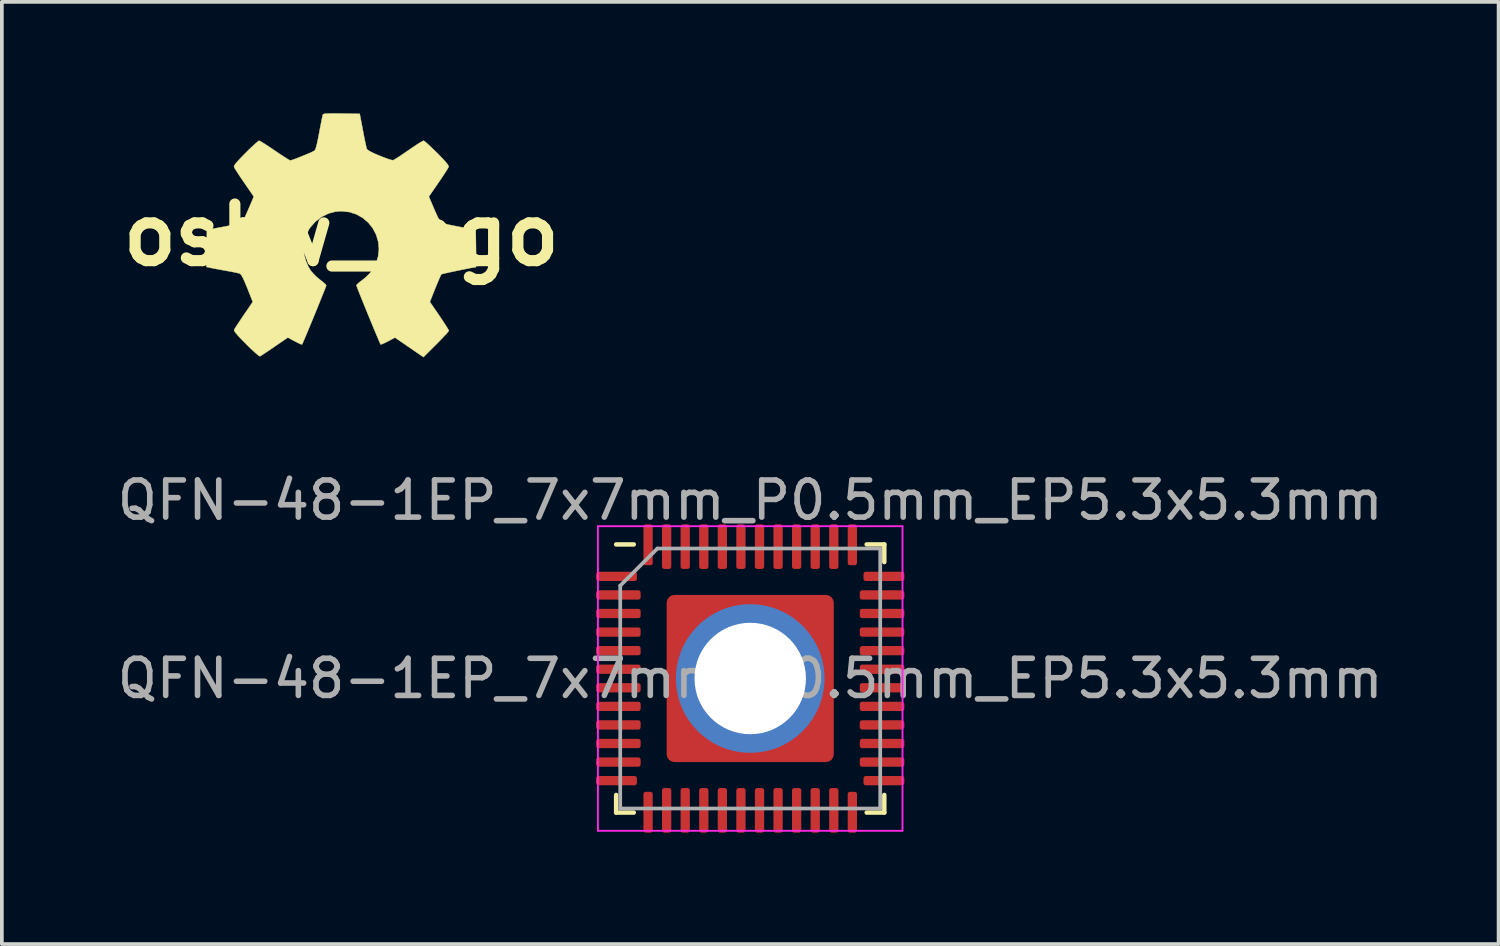
<source format=kicad_pcb>
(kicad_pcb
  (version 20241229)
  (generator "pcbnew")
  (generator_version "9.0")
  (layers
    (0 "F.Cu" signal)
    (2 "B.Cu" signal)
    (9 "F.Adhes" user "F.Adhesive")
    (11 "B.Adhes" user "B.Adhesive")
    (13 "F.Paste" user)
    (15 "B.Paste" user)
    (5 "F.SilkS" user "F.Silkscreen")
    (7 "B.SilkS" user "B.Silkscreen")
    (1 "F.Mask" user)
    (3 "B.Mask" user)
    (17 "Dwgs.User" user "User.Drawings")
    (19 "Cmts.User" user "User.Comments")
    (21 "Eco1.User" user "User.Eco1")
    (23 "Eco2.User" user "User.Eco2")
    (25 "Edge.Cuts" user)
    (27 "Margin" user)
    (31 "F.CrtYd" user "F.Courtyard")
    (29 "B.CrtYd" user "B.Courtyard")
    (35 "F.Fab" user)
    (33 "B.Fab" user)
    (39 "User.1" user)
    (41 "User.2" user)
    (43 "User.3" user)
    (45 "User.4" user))
  (footprint "QFN-48-1EP_7x7mm_P0.5mm_EP5.3x5.3mm"
    (layer "F.Cu")
    (at 17.149 15.218)
    (property "Reference" "QFN-48-1EP_7x7mm_P0.5mm_EP5.3x5.3mm" (at 0 -4.8 0) (layer "F.Fab") (effects (font (size 1 1) (thickness 0.15))))
    (attr smd)
    (fp_line (start -3.61 3.61) (end -3.61 3.135) (stroke (width 0.12) (type solid)) (layer "F.SilkS"))
    (fp_line (start -3.135 -3.61) (end -3.61 -3.61) (stroke (width 0.12) (type solid)) (layer "F.SilkS"))
    (fp_line (start -3.135 3.61) (end -3.61 3.61) (stroke (width 0.12) (type solid)) (layer "F.SilkS"))
    (fp_line (start 3.135 -3.61) (end 3.61 -3.61) (stroke (width 0.12) (type solid)) (layer "F.SilkS"))
    (fp_line (start 3.135 3.61) (end 3.61 3.61) (stroke (width 0.12) (type solid)) (layer "F.SilkS"))
    (fp_line (start 3.61 -3.61) (end 3.61 -3.135) (stroke (width 0.12) (type solid)) (layer "F.SilkS"))
    (fp_line (start 3.61 3.61) (end 3.61 3.135) (stroke (width 0.12) (type solid)) (layer "F.SilkS"))
    (fp_line (start -4.1 -4.1) (end -4.1 4.1) (stroke (width 0.05) (type solid)) (layer "F.CrtYd"))
    (fp_line (start -4.1 4.1) (end 4.1 4.1) (stroke (width 0.05) (type solid)) (layer "F.CrtYd"))
    (fp_line (start 4.1 -4.1) (end -4.1 -4.1) (stroke (width 0.05) (type solid)) (layer "F.CrtYd"))
    (fp_line (start 4.1 4.1) (end 4.1 -4.1) (stroke (width 0.05) (type solid)) (layer "F.CrtYd"))
    (fp_line (start -3.5 -2.5) (end -2.5 -3.5) (stroke (width 0.1) (type solid)) (layer "F.Fab"))
    (fp_line (start -3.5 3.5) (end -3.5 -2.5) (stroke (width 0.1) (type solid)) (layer "F.Fab"))
    (fp_line (start -2.5 -3.5) (end 3.5 -3.5) (stroke (width 0.1) (type solid)) (layer "F.Fab"))
    (fp_line (start 3.5 -3.5) (end 3.5 3.5) (stroke (width 0.1) (type solid)) (layer "F.Fab"))
    (fp_line (start 3.5 3.5) (end -3.5 3.5) (stroke (width 0.1) (type solid)) (layer "F.Fab"))
    (fp_text user "${REFERENCE}" (at 0 0 0) (layer "F.Fab") (effects (font (size 1 1) (thickness 0.15))))
    (pad "" smd roundrect (at -1.98 -1.98) (size 1.07 1.07) (layers "F.Paste") (roundrect_rratio 0.234))
    (pad "" smd roundrect (at -1.98 -0.66) (size 1.07 1.07) (layers "F.Paste") (roundrect_rratio 0.234))
    (pad "" smd roundrect (at -1.98 0.66) (size 1.07 1.07) (layers "F.Paste") (roundrect_rratio 0.234))
    (pad "" smd roundrect (at -1.98 1.98) (size 1.07 1.07) (layers "F.Paste") (roundrect_rratio 0.234))
    (pad "" smd roundrect (at -0.66 -1.98) (size 1.07 1.07) (layers "F.Paste") (roundrect_rratio 0.234))
    (pad "" smd roundrect (at -0.66 -0.66) (size 1.07 1.07) (layers "F.Paste") (roundrect_rratio 0.234))
    (pad "" smd roundrect (at -0.66 0.66) (size 1.07 1.07) (layers "F.Paste") (roundrect_rratio 0.234))
    (pad "" smd roundrect (at -0.66 1.98) (size 1.07 1.07) (layers "F.Paste") (roundrect_rratio 0.234))
    (pad "" smd roundrect (at 0.66 -1.98) (size 1.07 1.07) (layers "F.Paste") (roundrect_rratio 0.234))
    (pad "" smd roundrect (at 0.66 -0.66) (size 1.07 1.07) (layers "F.Paste") (roundrect_rratio 0.234))
    (pad "" smd roundrect (at 0.66 0.66) (size 1.07 1.07) (layers "F.Paste") (roundrect_rratio 0.234))
    (pad "" smd roundrect (at 0.66 1.98) (size 1.07 1.07) (layers "F.Paste") (roundrect_rratio 0.234))
    (pad "" smd roundrect (at 1.98 -1.98) (size 1.07 1.07) (layers "F.Paste") (roundrect_rratio 0.234))
    (pad "" smd roundrect (at 1.98 -0.66) (size 1.07 1.07) (layers "F.Paste") (roundrect_rratio 0.234))
    (pad "" smd roundrect (at 1.98 0.66) (size 1.07 1.07) (layers "F.Paste") (roundrect_rratio 0.234))
    (pad "" smd roundrect (at 1.98 1.98) (size 1.07 1.07) (layers "F.Paste") (roundrect_rratio 0.234))
    (pad "1" smd roundrect (at -3.6 -2.75) (size 1.1 0.25) (layers "F.Cu" "F.Mask" "F.Paste") (roundrect_rratio 0.25))
    (pad "2" smd roundrect (at -3.55 -2.25) (size 1.2 0.25) (layers "F.Cu" "F.Mask" "F.Paste") (roundrect_rratio 0.25))
    (pad "3" smd roundrect (at -3.55 -1.75) (size 1.2 0.25) (layers "F.Cu" "F.Mask" "F.Paste") (roundrect_rratio 0.25))
    (pad "4" smd roundrect (at -3.55 -1.25) (size 1.2 0.25) (layers "F.Cu" "F.Mask" "F.Paste") (roundrect_rratio 0.25))
    (pad "5" smd roundrect (at -3.55 -0.75) (size 1.2 0.25) (layers "F.Cu" "F.Mask" "F.Paste") (roundrect_rratio 0.25))
    (pad "6" smd roundrect (at -3.55 -0.25) (size 1.2 0.25) (layers "F.Cu" "F.Mask" "F.Paste") (roundrect_rratio 0.25))
    (pad "7" smd roundrect (at -3.55 0.25) (size 1.2 0.25) (layers "F.Cu" "F.Mask" "F.Paste") (roundrect_rratio 0.25))
    (pad "8" smd roundrect (at -3.55 0.75) (size 1.2 0.25) (layers "F.Cu" "F.Mask" "F.Paste") (roundrect_rratio 0.25))
    (pad "9" smd roundrect (at -3.55 1.25) (size 1.2 0.25) (layers "F.Cu" "F.Mask" "F.Paste") (roundrect_rratio 0.25))
    (pad "10" smd roundrect (at -3.55 1.75) (size 1.2 0.25) (layers "F.Cu" "F.Mask" "F.Paste") (roundrect_rratio 0.25))
    (pad "11" smd roundrect (at -3.55 2.25) (size 1.2 0.25) (layers "F.Cu" "F.Mask" "F.Paste") (roundrect_rratio 0.25))
    (pad "12" smd roundrect (at -3.6 2.75) (size 1.1 0.25) (layers "F.Cu" "F.Mask" "F.Paste") (roundrect_rratio 0.25))
    (pad "13" smd roundrect (at -2.75 3.6) (size 0.25 1.1) (layers "F.Cu" "F.Mask" "F.Paste") (roundrect_rratio 0.25))
    (pad "14" smd roundrect (at -2.25 3.55) (size 0.25 1.2) (layers "F.Cu" "F.Mask" "F.Paste") (roundrect_rratio 0.25))
    (pad "15" smd roundrect (at -1.75 3.55) (size 0.25 1.2) (layers "F.Cu" "F.Mask" "F.Paste") (roundrect_rratio 0.25))
    (pad "16" smd roundrect (at -1.25 3.55) (size 0.25 1.2) (layers "F.Cu" "F.Mask" "F.Paste") (roundrect_rratio 0.25))
    (pad "17" smd roundrect (at -0.75 3.55) (size 0.25 1.2) (layers "F.Cu" "F.Mask" "F.Paste") (roundrect_rratio 0.25))
    (pad "18" smd roundrect (at -0.25 3.55) (size 0.25 1.2) (layers "F.Cu" "F.Mask" "F.Paste") (roundrect_rratio 0.25))
    (pad "19" smd roundrect (at 0.25 3.55) (size 0.25 1.2) (layers "F.Cu" "F.Mask" "F.Paste") (roundrect_rratio 0.25))
    (pad "20" smd roundrect (at 0.75 3.55) (size 0.25 1.2) (layers "F.Cu" "F.Mask" "F.Paste") (roundrect_rratio 0.25))
    (pad "21" smd roundrect (at 1.25 3.55) (size 0.25 1.2) (layers "F.Cu" "F.Mask" "F.Paste") (roundrect_rratio 0.25))
    (pad "22" smd roundrect (at 1.75 3.55) (size 0.25 1.2) (layers "F.Cu" "F.Mask" "F.Paste") (roundrect_rratio 0.25))
    (pad "23" smd roundrect (at 2.25 3.55) (size 0.25 1.2) (layers "F.Cu" "F.Mask" "F.Paste") (roundrect_rratio 0.25))
    (pad "24" smd roundrect (at 2.75 3.6) (size 0.25 1.1) (layers "F.Cu" "F.Mask" "F.Paste") (roundrect_rratio 0.25))
    (pad "25" smd roundrect (at 3.6 2.75) (size 1.1 0.25) (layers "F.Cu" "F.Mask" "F.Paste") (roundrect_rratio 0.25))
    (pad "26" smd roundrect (at 3.55 2.25) (size 1.2 0.25) (layers "F.Cu" "F.Mask" "F.Paste") (roundrect_rratio 0.25))
    (pad "27" smd roundrect (at 3.55 1.75) (size 1.2 0.25) (layers "F.Cu" "F.Mask" "F.Paste") (roundrect_rratio 0.25))
    (pad "28" smd roundrect (at 3.55 1.25) (size 1.2 0.25) (layers "F.Cu" "F.Mask" "F.Paste") (roundrect_rratio 0.25))
    (pad "29" smd roundrect (at 3.55 0.75) (size 1.2 0.25) (layers "F.Cu" "F.Mask" "F.Paste") (roundrect_rratio 0.25))
    (pad "30" smd roundrect (at 3.55 0.25) (size 1.2 0.25) (layers "F.Cu" "F.Mask" "F.Paste") (roundrect_rratio 0.25))
    (pad "31" smd roundrect (at 3.55 -0.25) (size 1.2 0.25) (layers "F.Cu" "F.Mask" "F.Paste") (roundrect_rratio 0.25))
    (pad "32" smd roundrect (at 3.55 -0.75) (size 1.2 0.25) (layers "F.Cu" "F.Mask" "F.Paste") (roundrect_rratio 0.25))
    (pad "33" smd roundrect (at 3.55 -1.25) (size 1.2 0.25) (layers "F.Cu" "F.Mask" "F.Paste") (roundrect_rratio 0.25))
    (pad "34" smd roundrect (at 3.55 -1.75) (size 1.2 0.25) (layers "F.Cu" "F.Mask" "F.Paste") (roundrect_rratio 0.25))
    (pad "35" smd roundrect (at 3.55 -2.25) (size 1.2 0.25) (layers "F.Cu" "F.Mask" "F.Paste") (roundrect_rratio 0.25))
    (pad "36" smd roundrect (at 3.6 -2.75) (size 1.1 0.25) (layers "F.Cu" "F.Mask" "F.Paste") (roundrect_rratio 0.25))
    (pad "37" smd roundrect (at 2.75 -3.6) (size 0.25 1.1) (layers "F.Cu" "F.Mask" "F.Paste") (roundrect_rratio 0.25))
    (pad "38" smd roundrect (at 2.25 -3.55) (size 0.25 1.2) (layers "F.Cu" "F.Mask" "F.Paste") (roundrect_rratio 0.25))
    (pad "39" smd roundrect (at 1.75 -3.55) (size 0.25 1.2) (layers "F.Cu" "F.Mask" "F.Paste") (roundrect_rratio 0.25))
    (pad "40" smd roundrect (at 1.25 -3.55) (size 0.25 1.2) (layers "F.Cu" "F.Mask" "F.Paste") (roundrect_rratio 0.25))
    (pad "41" smd roundrect (at 0.75 -3.55) (size 0.25 1.2) (layers "F.Cu" "F.Mask" "F.Paste") (roundrect_rratio 0.25))
    (pad "42" smd roundrect (at 0.25 -3.55) (size 0.25 1.2) (layers "F.Cu" "F.Mask" "F.Paste") (roundrect_rratio 0.25))
    (pad "43" smd roundrect (at -0.25 -3.55) (size 0.25 1.2) (layers "F.Cu" "F.Mask" "F.Paste") (roundrect_rratio 0.25))
    (pad "44" smd roundrect (at -0.75 -3.55) (size 0.25 1.2) (layers "F.Cu" "F.Mask" "F.Paste") (roundrect_rratio 0.25))
    (pad "45" smd roundrect (at -1.25 -3.55) (size 0.25 1.2) (layers "F.Cu" "F.Mask" "F.Paste") (roundrect_rratio 0.25))
    (pad "46" smd roundrect (at -1.75 -3.55) (size 0.25 1.2) (layers "F.Cu" "F.Mask" "F.Paste") (roundrect_rratio 0.25))
    (pad "47" smd roundrect (at -2.25 -3.55) (size 0.25 1.2) (layers "F.Cu" "F.Mask" "F.Paste") (roundrect_rratio 0.25))
    (pad "48" smd roundrect (at -2.75 -3.6) (size 0.25 1.1) (layers "F.Cu" "F.Mask" "F.Paste") (roundrect_rratio 0.25))
    (pad "49" thru_hole circle (at 0 0) (size 4 4) (drill 3) (layers "*.Cu" "*.Mask"))
    (pad "49" smd roundrect (at 0 0) (size 4.5 4.5) (layers "F.Cu" "F.Mask") (roundrect_rratio 0.047)))
  (footprint "oshw_logo"
    (layer "F.Cu")
    (at 6.14 3.278)
    (property "Reference" "oshw_logo" (at 0 0 0) (layer "F.SilkS") (effects (font (size 1.524 1.524) (thickness 0.3))))
    (attr through_hole)
    (fp_poly (pts (xy -0.002 -3.271) (xy 0.006 -3.271) (xy 0.495 -3.264) (xy 0.58 -2.819) (xy 0.608 -2.672) (xy 0.635 -2.539) (xy 0.659 -2.43) (xy 0.676 -2.353) (xy 0.685 -2.321) (xy 0.713 -2.29) (xy 0.777 -2.25) (xy 0.88 -2.199) (xy 1.027 -2.136) (xy 1.03 -2.135) (xy 1.151 -2.087) (xy 1.258 -2.049) (xy 1.34 -2.023) (xy 1.388 -2.013) (xy 1.394 -2.014) (xy 1.427 -2.031) (xy 1.495 -2.073) (xy 1.589 -2.134) (xy 1.701 -2.21) (xy 1.807 -2.282) (xy 1.929 -2.366) (xy 2.038 -2.438) (xy 2.127 -2.494) (xy 2.189 -2.529) (xy 2.214 -2.54) (xy 2.242 -2.523) (xy 2.3 -2.475) (xy 2.38 -2.402) (xy 2.476 -2.31) (xy 2.576 -2.212) (xy 2.702 -2.084) (xy 2.793 -1.986) (xy 2.853 -1.914) (xy 2.884 -1.866) (xy 2.89 -1.838) (xy 2.872 -1.802) (xy 2.83 -1.733) (xy 2.768 -1.637) (xy 2.692 -1.523) (xy 2.617 -1.413) (xy 2.357 -1.035) (xy 2.501 -0.696) (xy 2.555 -0.574) (xy 2.604 -0.468) (xy 2.644 -0.387) (xy 2.67 -0.341) (xy 2.676 -0.334) (xy 2.709 -0.322) (xy 2.784 -0.303) (xy 2.892 -0.278) (xy 3.024 -0.251) (xy 3.162 -0.224) (xy 3.619 -0.139) (xy 3.626 0.362) (xy 3.628 0.516) (xy 3.629 0.65) (xy 3.629 0.758) (xy 3.628 0.831) (xy 3.627 0.863) (xy 3.626 0.864) (xy 3.583 0.87) (xy 3.502 0.884) (xy 3.394 0.904) (xy 3.269 0.929) (xy 3.137 0.957) (xy 3.006 0.984) (xy 2.886 1.01) (xy 2.787 1.032) (xy 2.719 1.049) (xy 2.692 1.058) (xy 2.676 1.088) (xy 2.645 1.157) (xy 2.603 1.255) (xy 2.554 1.374) (xy 2.527 1.44) (xy 2.384 1.8) (xy 2.64 2.174) (xy 2.722 2.296) (xy 2.794 2.405) (xy 2.849 2.493) (xy 2.885 2.553) (xy 2.896 2.576) (xy 2.878 2.602) (xy 2.83 2.658) (xy 2.757 2.736) (xy 2.665 2.833) (xy 2.559 2.941) (xy 2.553 2.946) (xy 2.211 3.287) (xy 2.064 3.186) (xy 1.979 3.128) (xy 1.869 3.052) (xy 1.751 2.971) (xy 1.681 2.923) (xy 1.445 2.761) (xy 1.258 2.86) (xy 1.171 2.904) (xy 1.102 2.934) (xy 1.063 2.947) (xy 1.059 2.946) (xy 1.045 2.919) (xy 1.015 2.851) (xy 0.972 2.75) (xy 0.918 2.622) (xy 0.856 2.473) (xy 0.789 2.312) (xy 0.72 2.144) (xy 0.652 1.976) (xy 0.587 1.816) (xy 0.527 1.669) (xy 0.477 1.542) (xy 0.438 1.443) (xy 0.414 1.378) (xy 0.406 1.355) (xy 0.426 1.326) (xy 0.477 1.279) (xy 0.55 1.223) (xy 0.561 1.215) (xy 0.658 1.137) (xy 0.753 1.044) (xy 0.816 0.968) (xy 0.927 0.774) (xy 0.991 0.575) (xy 1.012 0.374) (xy 0.993 0.178) (xy 0.937 -0.009) (xy 0.847 -0.181) (xy 0.727 -0.333) (xy 0.578 -0.46) (xy 0.405 -0.558) (xy 0.21 -0.62) (xy -0.003 -0.642) (xy -0.152 -0.631) (xy -0.344 -0.581) (xy -0.53 -0.488) (xy -0.697 -0.361) (xy -0.834 -0.207) (xy -0.878 -0.14) (xy -0.935 -0.014) (xy -0.982 0.139) (xy -1.01 0.293) (xy -1.016 0.384) (xy -0.999 0.534) (xy -0.952 0.699) (xy -0.883 0.859) (xy -0.826 0.953) (xy -0.758 1.036) (xy -0.667 1.127) (xy -0.572 1.205) (xy -0.571 1.206) (xy -0.494 1.266) (xy -0.436 1.317) (xy -0.408 1.351) (xy -0.406 1.356) (xy -0.416 1.385) (xy -0.442 1.454) (xy -0.482 1.556) (xy -0.534 1.685) (xy -0.594 1.833) (xy -0.659 1.995) (xy -0.728 2.163) (xy -0.797 2.331) (xy -0.863 2.491) (xy -0.924 2.637) (xy -0.977 2.762) (xy -1.019 2.86) (xy -1.047 2.924) (xy -1.058 2.946) (xy -1.085 2.941) (xy -1.144 2.915) (xy -1.225 2.875) (xy -1.256 2.859) (xy -1.441 2.76) (xy -1.8 3.006) (xy -1.92 3.088) (xy -2.027 3.16) (xy -2.113 3.217) (xy -2.17 3.253) (xy -2.191 3.265) (xy -2.218 3.252) (xy -2.274 3.207) (xy -2.354 3.137) (xy -2.45 3.047) (xy -2.558 2.941) (xy -2.563 2.936) (xy -2.689 2.808) (xy -2.782 2.709) (xy -2.843 2.638) (xy -2.878 2.588) (xy -2.887 2.558) (xy -2.886 2.552) (xy -2.867 2.517) (xy -2.823 2.448) (xy -2.761 2.354) (xy -2.686 2.242) (xy -2.627 2.154) (xy -2.384 1.801) (xy -2.531 1.43) (xy -2.598 1.269) (xy -2.651 1.152) (xy -2.693 1.078) (xy -2.725 1.042) (xy -2.73 1.039) (xy -2.774 1.026) (xy -2.857 1.008) (xy -2.966 0.986) (xy -3.086 0.964) (xy -3.218 0.94) (xy -3.345 0.917) (xy -3.45 0.897) (xy -3.512 0.885) (xy -3.633 0.859) (xy -3.626 0.36) (xy -3.619 -0.139) (xy -3.162 -0.224) (xy -3.015 -0.253) (xy -2.884 -0.28) (xy -2.778 -0.304) (xy -2.705 -0.323) (xy -2.676 -0.334) (xy -2.655 -0.365) (xy -2.62 -0.434) (xy -2.574 -0.532) (xy -2.522 -0.649) (xy -2.501 -0.696) (xy -2.357 -1.035) (xy -2.617 -1.413) (xy -2.702 -1.537) (xy -2.776 -1.649) (xy -2.836 -1.742) (xy -2.876 -1.808) (xy -2.89 -1.838) (xy -2.884 -1.867) (xy -2.852 -1.915) (xy -2.792 -1.987) (xy -2.7 -2.086) (xy -2.576 -2.212) (xy -2.47 -2.317) (xy -2.374 -2.408) (xy -2.295 -2.479) (xy -2.24 -2.525) (xy -2.215 -2.54) (xy -2.184 -2.526) (xy -2.119 -2.488) (xy -2.026 -2.43) (xy -1.914 -2.356) (xy -1.791 -2.273) (xy -1.667 -2.189) (xy -1.556 -2.116) (xy -1.465 -2.058) (xy -1.402 -2.02) (xy -1.374 -2.007) (xy -1.338 -2.016) (xy -1.266 -2.041) (xy -1.17 -2.078) (xy -1.062 -2.121) (xy -0.952 -2.166) (xy -0.852 -2.208) (xy -0.774 -2.244) (xy -0.727 -2.268) (xy -0.724 -2.27) (xy -0.703 -2.299) (xy -0.681 -2.361) (xy -0.655 -2.46) (xy -0.625 -2.6) (xy -0.595 -2.755) (xy -0.568 -2.902) (xy -0.542 -3.033) (xy -0.521 -3.139) (xy -0.505 -3.212) (xy -0.497 -3.242) (xy -0.484 -3.255) (xy -0.452 -3.264) (xy -0.393 -3.269) (xy -0.303 -3.272) (xy -0.175 -3.273) (xy -0.002 -3.271)) (stroke (width 0.01) (type solid)) (fill yes) (layer "F.SilkS")))
  (gr_rect
    (start -3 -3)
    (end 37.298 22.368)
    (stroke (width 0.1) (type default))
    (fill no)
    (layer "Edge.Cuts")))
</source>
